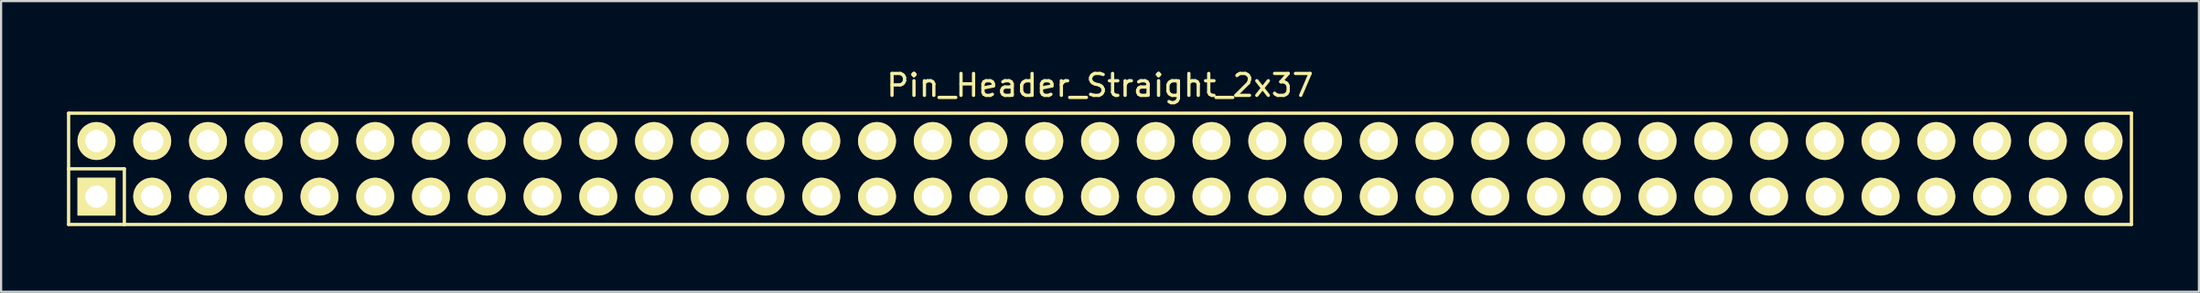
<source format=kicad_pcb>
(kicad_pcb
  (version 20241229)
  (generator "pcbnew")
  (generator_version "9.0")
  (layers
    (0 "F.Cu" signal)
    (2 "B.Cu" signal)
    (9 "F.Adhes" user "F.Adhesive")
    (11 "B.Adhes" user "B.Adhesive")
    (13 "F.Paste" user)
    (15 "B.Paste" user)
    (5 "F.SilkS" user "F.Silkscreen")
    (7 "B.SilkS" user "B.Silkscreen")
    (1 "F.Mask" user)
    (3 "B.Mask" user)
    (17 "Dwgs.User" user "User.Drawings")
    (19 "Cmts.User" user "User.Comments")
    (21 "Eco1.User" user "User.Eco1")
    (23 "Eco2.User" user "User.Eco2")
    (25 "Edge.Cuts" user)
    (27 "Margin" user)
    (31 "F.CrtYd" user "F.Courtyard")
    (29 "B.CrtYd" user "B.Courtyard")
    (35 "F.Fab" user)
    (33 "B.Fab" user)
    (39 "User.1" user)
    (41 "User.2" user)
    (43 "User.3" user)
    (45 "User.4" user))
  (footprint "Pin_Header_Straight_2x37"
    (layer "F.Cu")
    (at 47.065 4.658)
    (property "Reference" "Pin_Header_Straight_2x37" (at 0 -3.81 0) (layer "F.SilkS") (effects (font (size 1 1) (thickness 0.15))))
    (attr through_hole)
    (fp_line (start -46.99 -2.54) (end -46.99 0) (stroke (width 0.15) (type solid)) (layer "F.SilkS"))
    (fp_line (start -46.99 -2.54) (end 46.99 -2.54) (stroke (width 0.15) (type solid)) (layer "F.SilkS"))
    (fp_line (start -46.99 0) (end -44.45 0) (stroke (width 0.15) (type solid)) (layer "F.SilkS"))
    (fp_line (start -46.99 2.54) (end -46.99 0) (stroke (width 0.15) (type solid)) (layer "F.SilkS"))
    (fp_line (start -46.99 2.54) (end -44.45 2.54) (stroke (width 0.15) (type solid)) (layer "F.SilkS"))
    (fp_line (start -44.45 0) (end -44.45 2.54) (stroke (width 0.15) (type solid)) (layer "F.SilkS"))
    (fp_line (start 46.99 -2.54) (end 46.99 2.54) (stroke (width 0.15) (type solid)) (layer "F.SilkS"))
    (fp_line (start 46.99 2.54) (end -44.45 2.54) (stroke (width 0.15) (type solid)) (layer "F.SilkS"))
    (pad "1" thru_hole rect (at -45.72 1.27) (size 1.727 1.727) (drill 1.016) (layers "*.Cu" "*.Mask" "F.SilkS"))
    (pad "2" thru_hole oval (at -45.72 -1.27) (size 1.727 1.727) (drill 1.016) (layers "*.Cu" "*.Mask" "F.SilkS"))
    (pad "3" thru_hole oval (at -43.18 1.27) (size 1.727 1.727) (drill 1.016) (layers "*.Cu" "*.Mask" "F.SilkS"))
    (pad "4" thru_hole oval (at -43.18 -1.27) (size 1.727 1.727) (drill 1.016) (layers "*.Cu" "*.Mask" "F.SilkS"))
    (pad "5" thru_hole oval (at -40.64 1.27) (size 1.727 1.727) (drill 1.016) (layers "*.Cu" "*.Mask" "F.SilkS"))
    (pad "6" thru_hole oval (at -40.64 -1.27) (size 1.727 1.727) (drill 1.016) (layers "*.Cu" "*.Mask" "F.SilkS"))
    (pad "7" thru_hole oval (at -38.1 1.27) (size 1.727 1.727) (drill 1.016) (layers "*.Cu" "*.Mask" "F.SilkS"))
    (pad "8" thru_hole oval (at -38.1 -1.27) (size 1.727 1.727) (drill 1.016) (layers "*.Cu" "*.Mask" "F.SilkS"))
    (pad "9" thru_hole oval (at -35.56 1.27) (size 1.727 1.727) (drill 1.016) (layers "*.Cu" "*.Mask" "F.SilkS"))
    (pad "10" thru_hole oval (at -35.56 -1.27) (size 1.727 1.727) (drill 1.016) (layers "*.Cu" "*.Mask" "F.SilkS"))
    (pad "11" thru_hole oval (at -33.02 1.27) (size 1.727 1.727) (drill 1.016) (layers "*.Cu" "*.Mask" "F.SilkS"))
    (pad "12" thru_hole oval (at -33.02 -1.27) (size 1.727 1.727) (drill 1.016) (layers "*.Cu" "*.Mask" "F.SilkS"))
    (pad "13" thru_hole oval (at -30.48 1.27) (size 1.727 1.727) (drill 1.016) (layers "*.Cu" "*.Mask" "F.SilkS"))
    (pad "14" thru_hole oval (at -30.48 -1.27) (size 1.727 1.727) (drill 1.016) (layers "*.Cu" "*.Mask" "F.SilkS"))
    (pad "15" thru_hole oval (at -27.94 1.27) (size 1.727 1.727) (drill 1.016) (layers "*.Cu" "*.Mask" "F.SilkS"))
    (pad "16" thru_hole oval (at -27.94 -1.27) (size 1.727 1.727) (drill 1.016) (layers "*.Cu" "*.Mask" "F.SilkS"))
    (pad "17" thru_hole oval (at -25.4 1.27) (size 1.727 1.727) (drill 1.016) (layers "*.Cu" "*.Mask" "F.SilkS"))
    (pad "18" thru_hole oval (at -25.4 -1.27) (size 1.727 1.727) (drill 1.016) (layers "*.Cu" "*.Mask" "F.SilkS"))
    (pad "19" thru_hole oval (at -22.86 1.27) (size 1.727 1.727) (drill 1.016) (layers "*.Cu" "*.Mask" "F.SilkS"))
    (pad "20" thru_hole oval (at -22.86 -1.27) (size 1.727 1.727) (drill 1.016) (layers "*.Cu" "*.Mask" "F.SilkS"))
    (pad "21" thru_hole oval (at -20.32 1.27) (size 1.727 1.727) (drill 1.016) (layers "*.Cu" "*.Mask" "F.SilkS"))
    (pad "22" thru_hole oval (at -20.32 -1.27) (size 1.727 1.727) (drill 1.016) (layers "*.Cu" "*.Mask" "F.SilkS"))
    (pad "23" thru_hole oval (at -17.78 1.27) (size 1.727 1.727) (drill 1.016) (layers "*.Cu" "*.Mask" "F.SilkS"))
    (pad "24" thru_hole oval (at -17.78 -1.27) (size 1.727 1.727) (drill 1.016) (layers "*.Cu" "*.Mask" "F.SilkS"))
    (pad "25" thru_hole oval (at -15.24 1.27) (size 1.727 1.727) (drill 1.016) (layers "*.Cu" "*.Mask" "F.SilkS"))
    (pad "26" thru_hole oval (at -15.24 -1.27) (size 1.727 1.727) (drill 1.016) (layers "*.Cu" "*.Mask" "F.SilkS"))
    (pad "27" thru_hole oval (at -12.7 1.27) (size 1.727 1.727) (drill 1.016) (layers "*.Cu" "*.Mask" "F.SilkS"))
    (pad "28" thru_hole oval (at -12.7 -1.27) (size 1.727 1.727) (drill 1.016) (layers "*.Cu" "*.Mask" "F.SilkS"))
    (pad "29" thru_hole oval (at -10.16 1.27) (size 1.727 1.727) (drill 1.016) (layers "*.Cu" "*.Mask" "F.SilkS"))
    (pad "30" thru_hole oval (at -10.16 -1.27) (size 1.727 1.727) (drill 1.016) (layers "*.Cu" "*.Mask" "F.SilkS"))
    (pad "31" thru_hole oval (at -7.62 1.27) (size 1.727 1.727) (drill 1.016) (layers "*.Cu" "*.Mask" "F.SilkS"))
    (pad "32" thru_hole oval (at -7.62 -1.27) (size 1.727 1.727) (drill 1.016) (layers "*.Cu" "*.Mask" "F.SilkS"))
    (pad "33" thru_hole oval (at -5.08 1.27) (size 1.727 1.727) (drill 1.016) (layers "*.Cu" "*.Mask" "F.SilkS"))
    (pad "34" thru_hole oval (at -5.08 -1.27) (size 1.727 1.727) (drill 1.016) (layers "*.Cu" "*.Mask" "F.SilkS"))
    (pad "35" thru_hole oval (at -2.54 1.27) (size 1.727 1.727) (drill 1.016) (layers "*.Cu" "*.Mask" "F.SilkS"))
    (pad "36" thru_hole oval (at -2.54 -1.27) (size 1.727 1.727) (drill 1.016) (layers "*.Cu" "*.Mask" "F.SilkS"))
    (pad "37" thru_hole oval (at 0 1.27) (size 1.727 1.727) (drill 1.016) (layers "*.Cu" "*.Mask" "F.SilkS"))
    (pad "38" thru_hole oval (at 0 -1.27) (size 1.727 1.727) (drill 1.016) (layers "*.Cu" "*.Mask" "F.SilkS"))
    (pad "39" thru_hole oval (at 2.54 1.27) (size 1.727 1.727) (drill 1.016) (layers "*.Cu" "*.Mask" "F.SilkS"))
    (pad "40" thru_hole oval (at 2.54 -1.27) (size 1.727 1.727) (drill 1.016) (layers "*.Cu" "*.Mask" "F.SilkS"))
    (pad "41" thru_hole oval (at 5.08 1.27) (size 1.727 1.727) (drill 1.016) (layers "*.Cu" "*.Mask" "F.SilkS"))
    (pad "42" thru_hole oval (at 5.08 -1.27) (size 1.727 1.727) (drill 1.016) (layers "*.Cu" "*.Mask" "F.SilkS"))
    (pad "43" thru_hole oval (at 7.62 1.27) (size 1.727 1.727) (drill 1.016) (layers "*.Cu" "*.Mask" "F.SilkS"))
    (pad "44" thru_hole oval (at 7.62 -1.27) (size 1.727 1.727) (drill 1.016) (layers "*.Cu" "*.Mask" "F.SilkS"))
    (pad "45" thru_hole oval (at 10.16 1.27) (size 1.727 1.727) (drill 1.016) (layers "*.Cu" "*.Mask" "F.SilkS"))
    (pad "46" thru_hole oval (at 10.16 -1.27) (size 1.727 1.727) (drill 1.016) (layers "*.Cu" "*.Mask" "F.SilkS"))
    (pad "47" thru_hole oval (at 12.7 1.27) (size 1.727 1.727) (drill 1.016) (layers "*.Cu" "*.Mask" "F.SilkS"))
    (pad "48" thru_hole oval (at 12.7 -1.27) (size 1.727 1.727) (drill 1.016) (layers "*.Cu" "*.Mask" "F.SilkS"))
    (pad "49" thru_hole oval (at 15.24 1.27) (size 1.727 1.727) (drill 1.016) (layers "*.Cu" "*.Mask" "F.SilkS"))
    (pad "50" thru_hole oval (at 15.24 -1.27) (size 1.727 1.727) (drill 1.016) (layers "*.Cu" "*.Mask" "F.SilkS"))
    (pad "51" thru_hole oval (at 17.78 1.27) (size 1.727 1.727) (drill 1.016) (layers "*.Cu" "*.Mask" "F.SilkS"))
    (pad "52" thru_hole oval (at 17.78 -1.27) (size 1.727 1.727) (drill 1.016) (layers "*.Cu" "*.Mask" "F.SilkS"))
    (pad "53" thru_hole oval (at 20.32 1.27) (size 1.727 1.727) (drill 1.016) (layers "*.Cu" "*.Mask" "F.SilkS"))
    (pad "54" thru_hole oval (at 20.32 -1.27) (size 1.727 1.727) (drill 1.016) (layers "*.Cu" "*.Mask" "F.SilkS"))
    (pad "55" thru_hole oval (at 22.86 1.27) (size 1.727 1.727) (drill 1.016) (layers "*.Cu" "*.Mask" "F.SilkS"))
    (pad "56" thru_hole oval (at 22.86 -1.27) (size 1.727 1.727) (drill 1.016) (layers "*.Cu" "*.Mask" "F.SilkS"))
    (pad "57" thru_hole oval (at 25.4 1.27) (size 1.727 1.727) (drill 1.016) (layers "*.Cu" "*.Mask" "F.SilkS"))
    (pad "58" thru_hole oval (at 25.4 -1.27) (size 1.727 1.727) (drill 1.016) (layers "*.Cu" "*.Mask" "F.SilkS"))
    (pad "59" thru_hole oval (at 27.94 1.27) (size 1.727 1.727) (drill 1.016) (layers "*.Cu" "*.Mask" "F.SilkS"))
    (pad "60" thru_hole oval (at 27.94 -1.27) (size 1.727 1.727) (drill 1.016) (layers "*.Cu" "*.Mask" "F.SilkS"))
    (pad "61" thru_hole oval (at 30.48 1.27) (size 1.727 1.727) (drill 1.016) (layers "*.Cu" "*.Mask" "F.SilkS"))
    (pad "62" thru_hole oval (at 30.48 -1.27) (size 1.727 1.727) (drill 1.016) (layers "*.Cu" "*.Mask" "F.SilkS"))
    (pad "63" thru_hole oval (at 33.02 1.27) (size 1.727 1.727) (drill 1.016) (layers "*.Cu" "*.Mask" "F.SilkS"))
    (pad "64" thru_hole oval (at 33.02 -1.27) (size 1.727 1.727) (drill 1.016) (layers "*.Cu" "*.Mask" "F.SilkS"))
    (pad "65" thru_hole oval (at 35.56 1.27) (size 1.727 1.727) (drill 1.016) (layers "*.Cu" "*.Mask" "F.SilkS"))
    (pad "66" thru_hole oval (at 35.56 -1.27) (size 1.727 1.727) (drill 1.016) (layers "*.Cu" "*.Mask" "F.SilkS"))
    (pad "67" thru_hole oval (at 38.1 1.27) (size 1.727 1.727) (drill 1.016) (layers "*.Cu" "*.Mask" "F.SilkS"))
    (pad "68" thru_hole oval (at 38.1 -1.27) (size 1.727 1.727) (drill 1.016) (layers "*.Cu" "*.Mask" "F.SilkS"))
    (pad "69" thru_hole oval (at 40.64 1.27) (size 1.727 1.727) (drill 1.016) (layers "*.Cu" "*.Mask" "F.SilkS"))
    (pad "70" thru_hole oval (at 40.64 -1.27) (size 1.727 1.727) (drill 1.016) (layers "*.Cu" "*.Mask" "F.SilkS"))
    (pad "71" thru_hole oval (at 43.18 1.27) (size 1.727 1.727) (drill 1.016) (layers "*.Cu" "*.Mask" "F.SilkS"))
    (pad "72" thru_hole oval (at 43.18 -1.27) (size 1.727 1.727) (drill 1.016) (layers "*.Cu" "*.Mask" "F.SilkS"))
    (pad "73" thru_hole oval (at 45.72 1.27) (size 1.727 1.727) (drill 1.016) (layers "*.Cu" "*.Mask" "F.SilkS"))
    (pad "74" thru_hole oval (at 45.72 -1.27) (size 1.727 1.727) (drill 1.016) (layers "*.Cu" "*.Mask" "F.SilkS")))
  (gr_rect
    (start -3 -3)
    (end 97.13 10.273)
    (stroke (width 0.1) (type default))
    (fill no)
    (layer "Edge.Cuts")))
</source>
